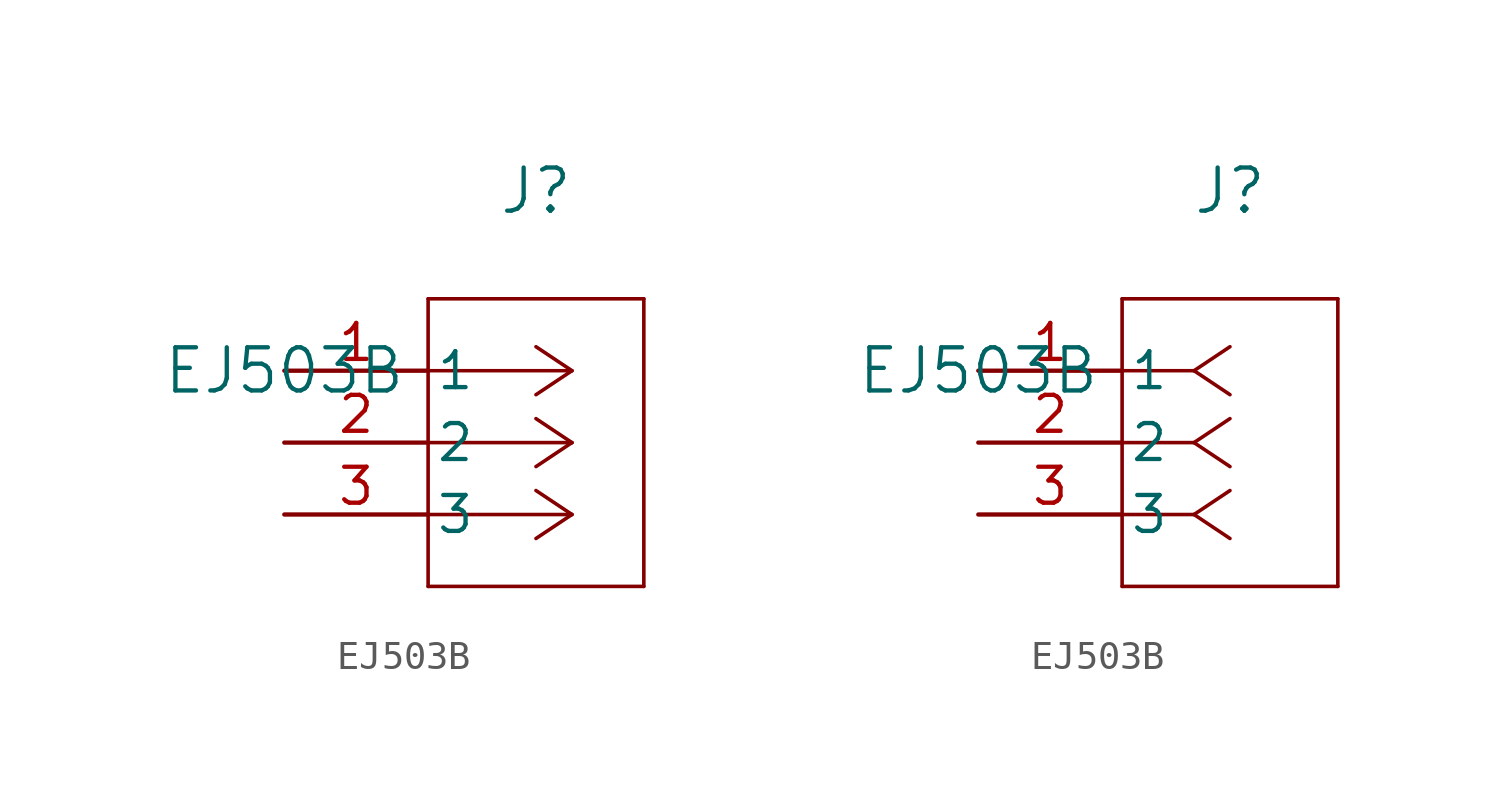
<source format=kicad_sym>
(kicad_symbol_lib
  (version 20211014)
  (generator kicad_symbol_editor)
  (symbol "EJ503B"
    (pin_names
      (offset 0.254))
    (property "Reference" "J"
      (at 8.89 6.35 0)
      (effects (font (size 1.524 1.524))))
    (property "Value" "EJ503B"
      (at 0 0 0)
      (effects (font (size 1.524 1.524))))
    (symbol "EJ503B_1_1"
      (polyline (pts (xy 10.16 0) (xy 5.08 0)) (stroke (width 0.127) (type default) (color 0 0 0 0)) (fill (type none)))
      (polyline (pts (xy 10.16 -2.54) (xy 5.08 -2.54)) (stroke (width 0.127) (type default) (color 0 0 0 0)) (fill (type none)))
      (polyline (pts (xy 10.16 -5.08) (xy 5.08 -5.08)) (stroke (width 0.127) (type default) (color 0 0 0 0)) (fill (type none)))
      (polyline (pts (xy 10.16 0) (xy 8.89 0.847)) (stroke (width 0.127) (type default) (color 0 0 0 0)) (fill (type none)))
      (polyline (pts (xy 10.16 -2.54) (xy 8.89 -1.693)) (stroke (width 0.127) (type default) (color 0 0 0 0)) (fill (type none)))
      (polyline (pts (xy 10.16 -5.08) (xy 8.89 -4.233)) (stroke (width 0.127) (type default) (color 0 0 0 0)) (fill (type none)))
      (polyline (pts (xy 10.16 0) (xy 8.89 -0.847)) (stroke (width 0.127) (type default) (color 0 0 0 0)) (fill (type none)))
      (polyline (pts (xy 10.16 -2.54) (xy 8.89 -3.387)) (stroke (width 0.127) (type default) (color 0 0 0 0)) (fill (type none)))
      (polyline (pts (xy 10.16 -5.08) (xy 8.89 -5.927)) (stroke (width 0.127) (type default) (color 0 0 0 0)) (fill (type none)))
      (polyline (pts (xy 5.08 2.54) (xy 5.08 -7.62)) (stroke (width 0.127) (type default) (color 0 0 0 0)) (fill (type none)))
      (polyline (pts (xy 5.08 -7.62) (xy 12.7 -7.62)) (stroke (width 0.127) (type default) (color 0 0 0 0)) (fill (type none)))
      (polyline (pts (xy 12.7 -7.62) (xy 12.7 2.54)) (stroke (width 0.127) (type default) (color 0 0 0 0)) (fill (type none)))
      (polyline (pts (xy 12.7 2.54) (xy 5.08 2.54)) (stroke (width 0.127) (type default) (color 0 0 0 0)) (fill (type none)))
      (pin unspecified line (at 0 0 0) (length 5.08) (name "1" (effects (font (size 1.27 1.27)))) (number "1" (effects (font (size 1.27 1.27)))))
      (pin unspecified line (at 0 -2.54 0) (length 5.08) (name "2" (effects (font (size 1.27 1.27)))) (number "2" (effects (font (size 1.27 1.27)))))
      (pin unspecified line (at 0 -5.08 0) (length 5.08) (name "3" (effects (font (size 1.27 1.27)))) (number "3" (effects (font (size 1.27 1.27))))))
    (symbol "EJ503B_1_2"
      (polyline (pts (xy 7.62 0) (xy 5.08 0)) (stroke (width 0.127) (type default) (color 0 0 0 0)) (fill (type none)))
      (polyline (pts (xy 7.62 -2.54) (xy 5.08 -2.54)) (stroke (width 0.127) (type default) (color 0 0 0 0)) (fill (type none)))
      (polyline (pts (xy 7.62 -5.08) (xy 5.08 -5.08)) (stroke (width 0.127) (type default) (color 0 0 0 0)) (fill (type none)))
      (polyline (pts (xy 7.62 0) (xy 8.89 0.847)) (stroke (width 0.127) (type default) (color 0 0 0 0)) (fill (type none)))
      (polyline (pts (xy 7.62 -2.54) (xy 8.89 -1.693)) (stroke (width 0.127) (type default) (color 0 0 0 0)) (fill (type none)))
      (polyline (pts (xy 7.62 -5.08) (xy 8.89 -4.233)) (stroke (width 0.127) (type default) (color 0 0 0 0)) (fill (type none)))
      (polyline (pts (xy 7.62 0) (xy 8.89 -0.847)) (stroke (width 0.127) (type default) (color 0 0 0 0)) (fill (type none)))
      (polyline (pts (xy 7.62 -2.54) (xy 8.89 -3.387)) (stroke (width 0.127) (type default) (color 0 0 0 0)) (fill (type none)))
      (polyline (pts (xy 7.62 -5.08) (xy 8.89 -5.927)) (stroke (width 0.127) (type default) (color 0 0 0 0)) (fill (type none)))
      (polyline (pts (xy 5.08 2.54) (xy 5.08 -7.62)) (stroke (width 0.127) (type default) (color 0 0 0 0)) (fill (type none)))
      (polyline (pts (xy 5.08 -7.62) (xy 12.7 -7.62)) (stroke (width 0.127) (type default) (color 0 0 0 0)) (fill (type none)))
      (polyline (pts (xy 12.7 -7.62) (xy 12.7 2.54)) (stroke (width 0.127) (type default) (color 0 0 0 0)) (fill (type none)))
      (polyline (pts (xy 12.7 2.54) (xy 5.08 2.54)) (stroke (width 0.127) (type default) (color 0 0 0 0)) (fill (type none)))
      (pin unspecified line (at 0 0 0) (length 5.08) (name "1" (effects (font (size 1.27 1.27)))) (number "1" (effects (font (size 1.27 1.27)))))
      (pin unspecified line (at 0 -2.54 0) (length 5.08) (name "2" (effects (font (size 1.27 1.27)))) (number "2" (effects (font (size 1.27 1.27)))))
      (pin unspecified line (at 0 -5.08 0) (length 5.08) (name "3" (effects (font (size 1.27 1.27)))) (number "3" (effects (font (size 1.27 1.27))))))))
</source>
